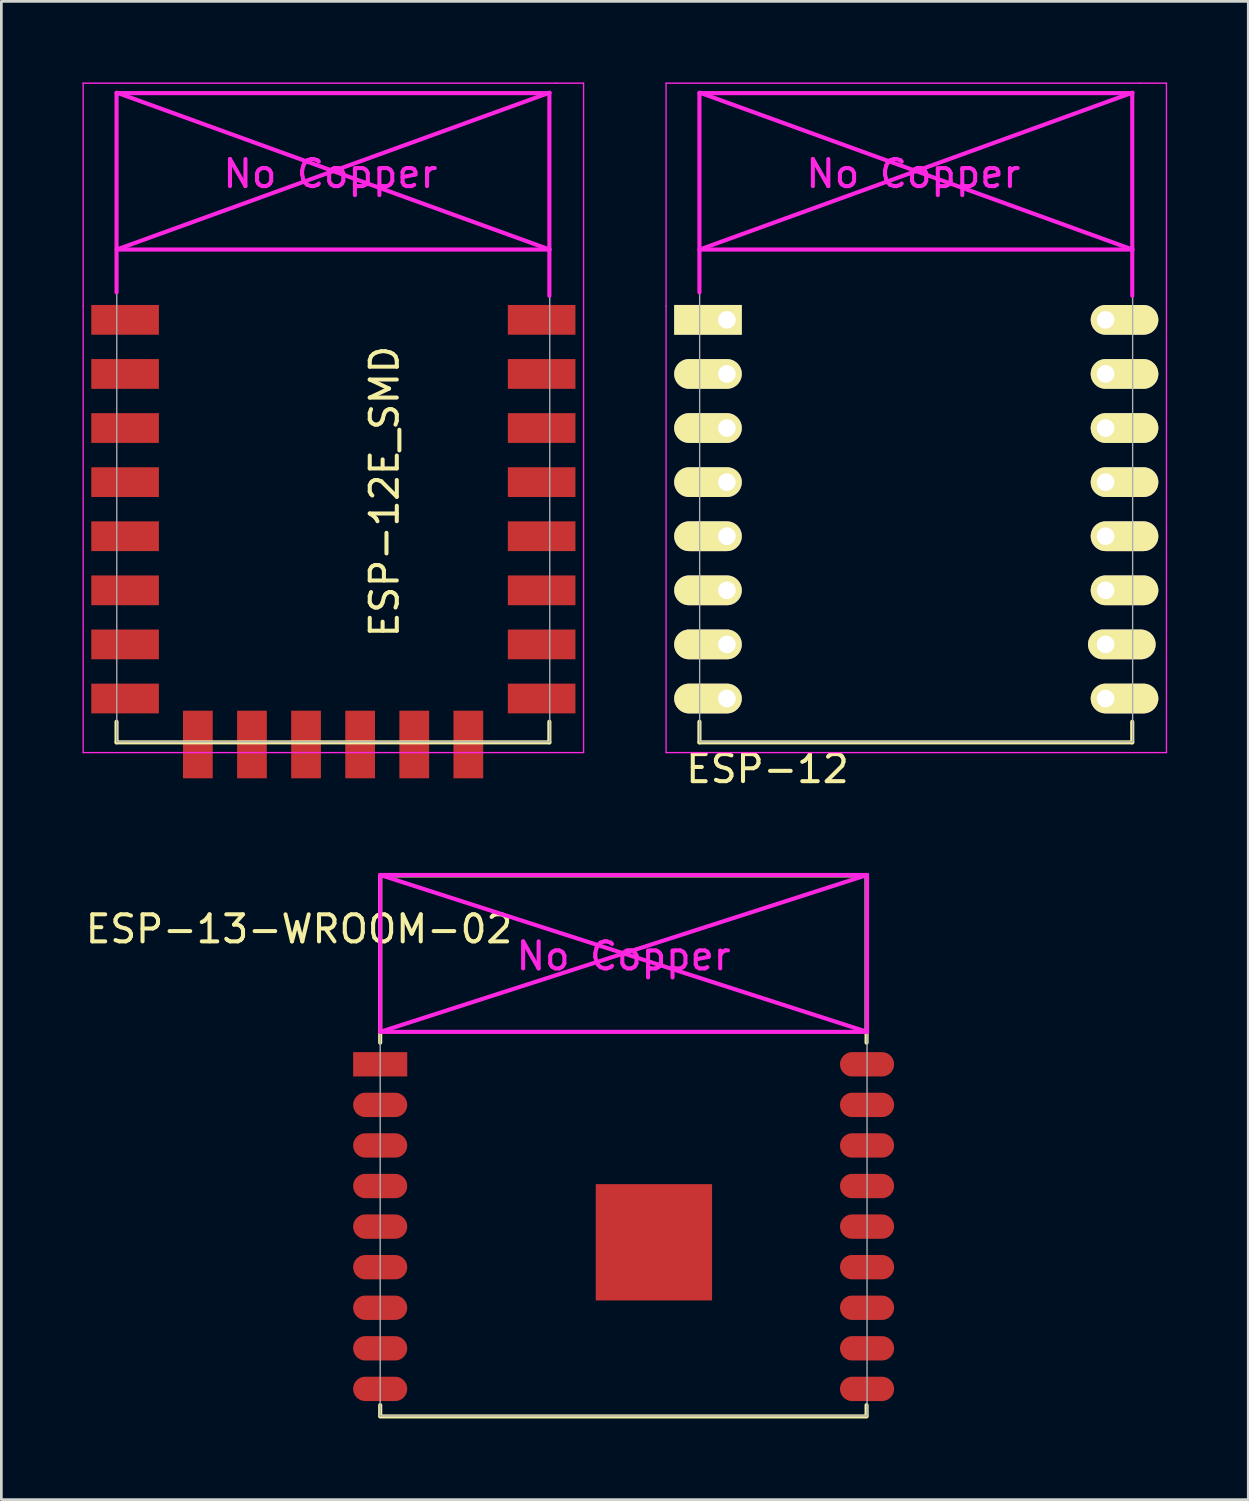
<source format=kicad_pcb>
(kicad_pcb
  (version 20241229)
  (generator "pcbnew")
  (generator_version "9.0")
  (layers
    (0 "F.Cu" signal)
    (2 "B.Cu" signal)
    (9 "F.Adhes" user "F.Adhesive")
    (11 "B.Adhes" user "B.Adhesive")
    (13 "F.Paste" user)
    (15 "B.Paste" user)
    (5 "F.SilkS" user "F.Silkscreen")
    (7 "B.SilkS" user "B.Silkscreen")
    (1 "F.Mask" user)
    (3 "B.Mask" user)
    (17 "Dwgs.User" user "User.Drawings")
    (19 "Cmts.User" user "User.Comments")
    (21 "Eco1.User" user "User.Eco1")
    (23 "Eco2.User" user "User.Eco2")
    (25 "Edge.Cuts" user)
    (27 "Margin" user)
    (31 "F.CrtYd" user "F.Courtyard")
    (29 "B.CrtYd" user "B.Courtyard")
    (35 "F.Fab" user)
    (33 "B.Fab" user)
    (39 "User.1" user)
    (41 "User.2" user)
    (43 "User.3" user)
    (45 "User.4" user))
  (footprint "ESP-13-WROOM-02"
    (layer "F.Cu")
    (at 11.006 36.299)
    (property "Reference" "ESP-13-WROOM-02" (at -3 -5 0) (layer "F.SilkS") (effects (font (size 1 1) (thickness 0.15))))
    (attr through_hole)
    (fp_line (start 0 -6.985) (end 0 -0.8) (stroke (width 0.152) (type solid)) (layer "F.SilkS"))
    (fp_line (start 0 12.6) (end 0 12.979) (stroke (width 0.152) (type solid)) (layer "F.SilkS"))
    (fp_line (start 0 13.018) (end 17.983 13.018) (stroke (width 0.152) (type solid)) (layer "F.SilkS"))
    (fp_line (start 17.971 -6.985) (end 0 -6.985) (stroke (width 0.152) (type solid)) (layer "F.SilkS"))
    (fp_line (start 17.983 -6.985) (end 17.983 -0.8) (stroke (width 0.152) (type solid)) (layer "F.SilkS"))
    (fp_line (start 17.983 12.6) (end 17.983 12.979) (stroke (width 0.152) (type solid)) (layer "F.SilkS"))
    (fp_line (start 0 -7) (end 0 -1.2) (stroke (width 0.152) (type solid)) (layer "F.CrtYd"))
    (fp_line (start 0 -7) (end 18 -1.2) (stroke (width 0.152) (type solid)) (layer "F.CrtYd"))
    (fp_line (start 0 -1.2) (end 18 -1.2) (stroke (width 0.152) (type solid)) (layer "F.CrtYd"))
    (fp_line (start 18 -7) (end 0 -7) (stroke (width 0.152) (type solid)) (layer "F.CrtYd"))
    (fp_line (start 18 -7) (end 0 -1.2) (stroke (width 0.152) (type solid)) (layer "F.CrtYd"))
    (fp_line (start 18 -1.2) (end 18 -7) (stroke (width 0.152) (type solid)) (layer "F.CrtYd"))
    (fp_line (start 0 -7) (end 18 -7) (stroke (width 0.05) (type solid)) (layer "F.Fab"))
    (fp_line (start 0 13) (end 0 -7) (stroke (width 0.05) (type solid)) (layer "F.Fab"))
    (fp_line (start 0 13) (end 18 13) (stroke (width 0.05) (type solid)) (layer "F.Fab"))
    (fp_line (start 18 -7) (end 18 13) (stroke (width 0.05) (type solid)) (layer "F.Fab"))
    (fp_text user "No Copper" (at 9 -4 0) (layer "F.CrtYd") (effects (font (size 1 1) (thickness 0.15))))
    (pad "1" smd rect (at 0 0) (size 2 0.9) (layers "F.Cu" "F.Mask" "F.Paste"))
    (pad "2" smd oval (at 0 1.5) (size 2 0.9) (layers "F.Cu" "F.Mask" "F.Paste"))
    (pad "3" smd oval (at 0 3) (size 2 0.9) (layers "F.Cu" "F.Mask" "F.Paste"))
    (pad "4" smd oval (at 0 4.5) (size 2 0.9) (layers "F.Cu" "F.Mask" "F.Paste"))
    (pad "5" smd oval (at 0 6) (size 2 0.9) (layers "F.Cu" "F.Mask" "F.Paste"))
    (pad "6" smd oval (at 0 7.5) (size 2 0.9) (layers "F.Cu" "F.Mask" "F.Paste"))
    (pad "7" smd oval (at 0 9) (size 2 0.9) (layers "F.Cu" "F.Mask" "F.Paste"))
    (pad "8" smd oval (at 0 10.5) (size 2 0.9) (layers "F.Cu" "F.Mask" "F.Paste"))
    (pad "9" smd oval (at 0 12) (size 2 0.9) (layers "F.Cu" "F.Mask" "F.Paste"))
    (pad "10" smd oval (at 18 12) (size 2 0.9) (layers "F.Cu" "F.Mask" "F.Paste"))
    (pad "11" smd oval (at 18 10.5) (size 2 0.9) (layers "F.Cu" "F.Mask" "F.Paste"))
    (pad "12" smd oval (at 18 9) (size 2 0.9) (layers "F.Cu" "F.Mask" "F.Paste"))
    (pad "13" smd oval (at 18 7.5) (size 2 0.9) (layers "F.Cu" "F.Mask" "F.Paste"))
    (pad "14" smd oval (at 18 6) (size 2 0.9) (layers "F.Cu" "F.Mask" "F.Paste"))
    (pad "15" smd oval (at 18 4.5) (size 2 0.9) (layers "F.Cu" "F.Mask" "F.Paste"))
    (pad "16" smd oval (at 18 3) (size 2 0.9) (layers "F.Cu" "F.Mask" "F.Paste"))
    (pad "17" smd oval (at 18 1.5) (size 2 0.9) (layers "F.Cu" "F.Mask" "F.Paste"))
    (pad "18" smd oval (at 18 0) (size 2 0.9) (layers "F.Cu" "F.Mask" "F.Paste"))
    (pad "PAD" smd rect (at 10.12 6.58) (size 4.3 4.3) (layers "F.Cu" "F.Mask" "F.Paste")))
  (footprint "ESP-12E_SMD"
    (layer "F.Cu")
    (at 2.275 8.775)
    (property "Reference" "ESP-12E_SMD" (at 8.89 6.35 90) (layer "F.SilkS") (effects (font (size 1 1) (thickness 0.15))))
    (attr through_hole)
    (fp_line (start -1.016 14.859) (end -1.016 15.621) (stroke (width 0.152) (type solid)) (layer "F.SilkS"))
    (fp_line (start -1.016 15.621) (end 14.986 15.621) (stroke (width 0.152) (type solid)) (layer "F.SilkS"))
    (fp_line (start 14.986 15.621) (end 14.986 14.859) (stroke (width 0.152) (type solid)) (layer "F.SilkS"))
    (fp_line (start -2.25 -8.75) (end 15.25 -8.75) (stroke (width 0.05) (type solid)) (layer "F.CrtYd"))
    (fp_line (start -2.25 -0.5) (end -2.25 -8.75) (stroke (width 0.05) (type solid)) (layer "F.CrtYd"))
    (fp_line (start -2.25 16) (end -2.25 -0.5) (stroke (width 0.05) (type solid)) (layer "F.CrtYd"))
    (fp_line (start -1.016 -8.382) (end -1.016 -1.016) (stroke (width 0.152) (type solid)) (layer "F.CrtYd"))
    (fp_line (start -1.016 -8.382) (end 14.986 -8.382) (stroke (width 0.152) (type solid)) (layer "F.CrtYd"))
    (fp_line (start -1.008 -8.4) (end 14.992 -2.6) (stroke (width 0.152) (type solid)) (layer "F.CrtYd"))
    (fp_line (start -1.008 -2.6) (end 14.992 -2.6) (stroke (width 0.152) (type solid)) (layer "F.CrtYd"))
    (fp_line (start 14.986 -8.382) (end 14.986 -0.889) (stroke (width 0.152) (type solid)) (layer "F.CrtYd"))
    (fp_line (start 14.992 -8.4) (end -1.008 -2.6) (stroke (width 0.152) (type solid)) (layer "F.CrtYd"))
    (fp_line (start 15.25 -8.75) (end 16.25 -8.75) (stroke (width 0.05) (type solid)) (layer "F.CrtYd"))
    (fp_line (start 16.25 -8.75) (end 16.25 16) (stroke (width 0.05) (type solid)) (layer "F.CrtYd"))
    (fp_line (start 16.25 16) (end -2.25 16) (stroke (width 0.05) (type solid)) (layer "F.CrtYd"))
    (fp_line (start -1.008 -8.4) (end 14.992 -8.4) (stroke (width 0.05) (type solid)) (layer "F.Fab"))
    (fp_line (start -1.008 15.6) (end -1.008 -8.4) (stroke (width 0.05) (type solid)) (layer "F.Fab"))
    (fp_line (start 14.992 15.6) (end -1.008 15.6) (stroke (width 0.05) (type solid)) (layer "F.Fab"))
    (fp_line (start 15 -8.4) (end 15 15.6) (stroke (width 0.05) (type solid)) (layer "F.Fab"))
    (fp_text user "No Copper" (at 6.892 -5.4 0) (layer "F.CrtYd") (effects (font (size 1 1) (thickness 0.15))))
    (pad "1" smd rect (at 0 0) (size 2.5 1.1) (drill (offset -0.7 0)) (layers "F.Cu" "F.Mask" "F.Paste"))
    (pad "2" smd rect (at 0 2) (size 2.5 1.1) (drill (offset -0.7 0)) (layers "F.Cu" "F.Mask" "F.Paste"))
    (pad "3" smd rect (at 0 4) (size 2.5 1.1) (drill (offset -0.7 0)) (layers "F.Cu" "F.Mask" "F.Paste"))
    (pad "4" smd rect (at 0 6) (size 2.5 1.1) (drill (offset -0.7 0)) (layers "F.Cu" "F.Mask" "F.Paste"))
    (pad "5" smd rect (at 0 8) (size 2.5 1.1) (drill (offset -0.7 0)) (layers "F.Cu" "F.Mask" "F.Paste"))
    (pad "6" smd rect (at 0 10) (size 2.5 1.1) (drill (offset -0.7 0)) (layers "F.Cu" "F.Mask" "F.Paste"))
    (pad "7" smd rect (at 0 12) (size 2.5 1.1) (drill (offset -0.7 0)) (layers "F.Cu" "F.Mask" "F.Paste"))
    (pad "8" smd rect (at 0 14) (size 2.5 1.1) (drill (offset -0.7 0)) (layers "F.Cu" "F.Mask" "F.Paste"))
    (pad "9" smd rect (at 14 14) (size 2.5 1.1) (drill (offset 0.7 0)) (layers "F.Cu" "F.Mask" "F.Paste"))
    (pad "10" smd rect (at 14 12) (size 2.5 1.1) (drill (offset 0.7 0)) (layers "F.Cu" "F.Mask" "F.Paste"))
    (pad "11" smd rect (at 14 10) (size 2.5 1.1) (drill (offset 0.7 0)) (layers "F.Cu" "F.Mask" "F.Paste"))
    (pad "12" smd rect (at 14 8) (size 2.5 1.1) (drill (offset 0.7 0)) (layers "F.Cu" "F.Mask" "F.Paste"))
    (pad "13" smd rect (at 14 6) (size 2.5 1.1) (drill (offset 0.7 0)) (layers "F.Cu" "F.Mask" "F.Paste"))
    (pad "14" smd rect (at 14 4) (size 2.5 1.1) (drill (offset 0.7 0)) (layers "F.Cu" "F.Mask" "F.Paste"))
    (pad "15" smd rect (at 14 2) (size 2.5 1.1) (drill (offset 0.7 0)) (layers "F.Cu" "F.Mask" "F.Paste"))
    (pad "16" smd rect (at 14 0) (size 2.5 1.1) (drill (offset 0.7 0)) (layers "F.Cu" "F.Mask" "F.Paste"))
    (pad "17" smd rect (at 1.99 15 90) (size 2.5 1.1) (drill (offset -0.7 0)) (layers "F.Cu" "F.Mask" "F.Paste"))
    (pad "18" smd rect (at 3.99 15 90) (size 2.5 1.1) (drill (offset -0.7 0)) (layers "F.Cu" "F.Mask" "F.Paste"))
    (pad "19" smd rect (at 5.99 15 90) (size 2.5 1.1) (drill (offset -0.7 0)) (layers "F.Cu" "F.Mask" "F.Paste"))
    (pad "20" smd rect (at 7.99 15 90) (size 2.5 1.1) (drill (offset -0.7 0)) (layers "F.Cu" "F.Mask" "F.Paste"))
    (pad "21" smd rect (at 9.99 15 90) (size 2.5 1.1) (drill (offset -0.7 0)) (layers "F.Cu" "F.Mask" "F.Paste"))
    (pad "22" smd rect (at 11.99 15 90) (size 2.5 1.1) (drill (offset -0.7 0)) (layers "F.Cu" "F.Mask" "F.Paste")))
  (footprint "ESP-12"
    (layer "F.Cu")
    (at 23.825 8.775)
    (property "Reference" "ESP-12" (at 1.5 16.6 0) (layer "F.SilkS") (effects (font (size 1 1) (thickness 0.15))))
    (attr through_hole)
    (fp_line (start -1.016 14.859) (end -1.016 15.621) (stroke (width 0.152) (type solid)) (layer "F.SilkS"))
    (fp_line (start -1.016 15.621) (end 14.986 15.621) (stroke (width 0.152) (type solid)) (layer "F.SilkS"))
    (fp_line (start 14.986 15.621) (end 14.986 14.859) (stroke (width 0.152) (type solid)) (layer "F.SilkS"))
    (fp_line (start -2.25 -8.75) (end 15.25 -8.75) (stroke (width 0.05) (type solid)) (layer "F.CrtYd"))
    (fp_line (start -2.25 -0.5) (end -2.25 -8.75) (stroke (width 0.05) (type solid)) (layer "F.CrtYd"))
    (fp_line (start -2.25 16) (end -2.25 -0.5) (stroke (width 0.05) (type solid)) (layer "F.CrtYd"))
    (fp_line (start -1.016 -8.382) (end -1.016 -1.016) (stroke (width 0.152) (type solid)) (layer "F.CrtYd"))
    (fp_line (start -1.016 -8.382) (end 14.986 -8.382) (stroke (width 0.152) (type solid)) (layer "F.CrtYd"))
    (fp_line (start -1.008 -8.4) (end 14.992 -2.6) (stroke (width 0.152) (type solid)) (layer "F.CrtYd"))
    (fp_line (start -1.008 -2.6) (end 14.992 -2.6) (stroke (width 0.152) (type solid)) (layer "F.CrtYd"))
    (fp_line (start 14.986 -8.382) (end 14.986 -0.889) (stroke (width 0.152) (type solid)) (layer "F.CrtYd"))
    (fp_line (start 14.992 -8.4) (end -1.008 -2.6) (stroke (width 0.152) (type solid)) (layer "F.CrtYd"))
    (fp_line (start 15.25 -8.75) (end 16.25 -8.75) (stroke (width 0.05) (type solid)) (layer "F.CrtYd"))
    (fp_line (start 16.25 -8.75) (end 16.25 16) (stroke (width 0.05) (type solid)) (layer "F.CrtYd"))
    (fp_line (start 16.25 16) (end -2.25 16) (stroke (width 0.05) (type solid)) (layer "F.CrtYd"))
    (fp_line (start -1.008 -8.4) (end 14.992 -8.4) (stroke (width 0.05) (type solid)) (layer "F.Fab"))
    (fp_line (start -1.008 15.6) (end -1.008 -8.4) (stroke (width 0.05) (type solid)) (layer "F.Fab"))
    (fp_line (start 14.992 15.6) (end -1.008 15.6) (stroke (width 0.05) (type solid)) (layer "F.Fab"))
    (fp_line (start 15 -8.4) (end 15 15.6) (stroke (width 0.05) (type solid)) (layer "F.Fab"))
    (fp_text user "No Copper" (at 6.892 -5.4 0) (layer "F.CrtYd") (effects (font (size 1 1) (thickness 0.15))))
    (pad "1" thru_hole rect (at 0 0) (size 2.5 1.1) (drill 0.65 (offset -0.7 0)) (layers "*.Cu" "*.Mask" "F.SilkS"))
    (pad "2" thru_hole oval (at 0 2) (size 2.5 1.1) (drill 0.65 (offset -0.7 0)) (layers "*.Cu" "*.Mask" "F.SilkS"))
    (pad "3" thru_hole oval (at 0 4) (size 2.5 1.1) (drill 0.65 (offset -0.7 0)) (layers "*.Cu" "*.Mask" "F.SilkS"))
    (pad "4" thru_hole oval (at 0 6) (size 2.5 1.1) (drill 0.65 (offset -0.7 0)) (layers "*.Cu" "*.Mask" "F.SilkS"))
    (pad "5" thru_hole oval (at 0 8) (size 2.5 1.1) (drill 0.65 (offset -0.7 0)) (layers "*.Cu" "*.Mask" "F.SilkS"))
    (pad "6" thru_hole oval (at 0 10) (size 2.5 1.1) (drill 0.65 (offset -0.7 0)) (layers "*.Cu" "*.Mask" "F.SilkS"))
    (pad "7" thru_hole oval (at 0 12) (size 2.5 1.1) (drill 0.65 (offset -0.7 0)) (layers "*.Cu" "*.Mask" "F.SilkS"))
    (pad "8" thru_hole oval (at 0 14) (size 2.5 1.1) (drill 0.65 (offset -0.7 0)) (layers "*.Cu" "*.Mask" "F.SilkS"))
    (pad "9" thru_hole oval (at 14 14) (size 2.5 1.1) (drill 0.65 (offset 0.7 0)) (layers "*.Cu" "*.Mask" "F.SilkS"))
    (pad "10" thru_hole oval (at 14 12) (size 2.5 1.1) (drill 0.65 (offset 0.6 0)) (layers "*.Cu" "*.Mask" "F.SilkS"))
    (pad "11" thru_hole oval (at 14 10) (size 2.5 1.1) (drill 0.65 (offset 0.7 0)) (layers "*.Cu" "*.Mask" "F.SilkS"))
    (pad "12" thru_hole oval (at 14 8) (size 2.5 1.1) (drill 0.65 (offset 0.7 0)) (layers "*.Cu" "*.Mask" "F.SilkS"))
    (pad "13" thru_hole oval (at 14 6) (size 2.5 1.1) (drill 0.65 (offset 0.7 0)) (layers "*.Cu" "*.Mask" "F.SilkS"))
    (pad "14" thru_hole oval (at 14 4) (size 2.5 1.1) (drill 0.65 (offset 0.7 0)) (layers "*.Cu" "*.Mask" "F.SilkS"))
    (pad "15" thru_hole oval (at 14 2) (size 2.5 1.1) (drill 0.65 (offset 0.7 0)) (layers "*.Cu" "*.Mask" "F.SilkS"))
    (pad "16" thru_hole oval (at 14 0) (size 2.5 1.1) (drill 0.65 (offset 0.7 0)) (layers "*.Cu" "*.Mask" "F.SilkS")))
  (gr_rect
    (start -3 -3)
    (end 43.1 52.393)
    (stroke (width 0.1) (type default))
    (fill no)
    (layer "Edge.Cuts")))
</source>
